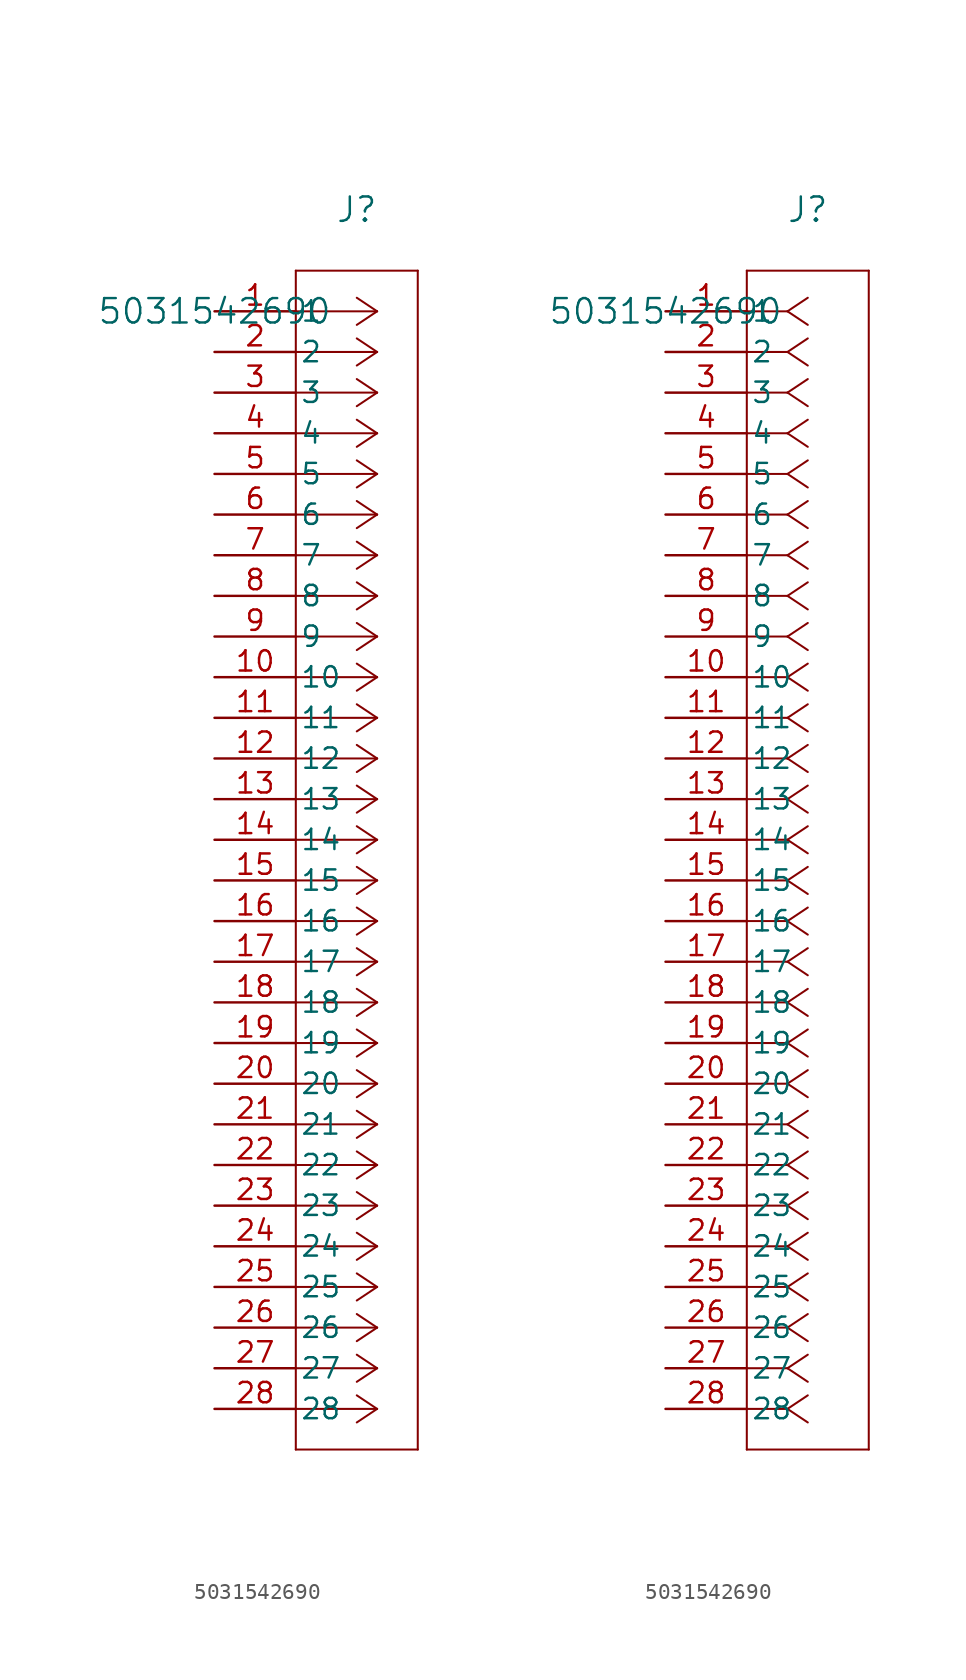
<source format=kicad_sym>
(kicad_symbol_lib
  (version 20211014)
  (generator kicad_symbol_editor)
  (symbol "5031542690"
    (pin_names
      (offset 0.254))
    (property "Reference" "J"
      (at 8.89 6.35 0)
      (effects (font (size 1.524 1.524))))
    (property "Value" "5031542690"
      (at 0 0 0)
      (effects (font (size 1.524 1.524))))
    (symbol "5031542690_1_1"
      (polyline (pts (xy 10.16 0) (xy 5.08 0)) (stroke (width 0.127) (type default) (color 0 0 0 0)) (fill (type none)))
      (polyline (pts (xy 10.16 -2.54) (xy 5.08 -2.54)) (stroke (width 0.127) (type default) (color 0 0 0 0)) (fill (type none)))
      (polyline (pts (xy 10.16 -5.08) (xy 5.08 -5.08)) (stroke (width 0.127) (type default) (color 0 0 0 0)) (fill (type none)))
      (polyline (pts (xy 10.16 -7.62) (xy 5.08 -7.62)) (stroke (width 0.127) (type default) (color 0 0 0 0)) (fill (type none)))
      (polyline (pts (xy 10.16 -10.16) (xy 5.08 -10.16)) (stroke (width 0.127) (type default) (color 0 0 0 0)) (fill (type none)))
      (polyline (pts (xy 10.16 -12.7) (xy 5.08 -12.7)) (stroke (width 0.127) (type default) (color 0 0 0 0)) (fill (type none)))
      (polyline (pts (xy 10.16 -15.24) (xy 5.08 -15.24)) (stroke (width 0.127) (type default) (color 0 0 0 0)) (fill (type none)))
      (polyline (pts (xy 10.16 -17.78) (xy 5.08 -17.78)) (stroke (width 0.127) (type default) (color 0 0 0 0)) (fill (type none)))
      (polyline (pts (xy 10.16 -20.32) (xy 5.08 -20.32)) (stroke (width 0.127) (type default) (color 0 0 0 0)) (fill (type none)))
      (polyline (pts (xy 10.16 -22.86) (xy 5.08 -22.86)) (stroke (width 0.127) (type default) (color 0 0 0 0)) (fill (type none)))
      (polyline (pts (xy 10.16 -25.4) (xy 5.08 -25.4)) (stroke (width 0.127) (type default) (color 0 0 0 0)) (fill (type none)))
      (polyline (pts (xy 10.16 -27.94) (xy 5.08 -27.94)) (stroke (width 0.127) (type default) (color 0 0 0 0)) (fill (type none)))
      (polyline (pts (xy 10.16 -30.48) (xy 5.08 -30.48)) (stroke (width 0.127) (type default) (color 0 0 0 0)) (fill (type none)))
      (polyline (pts (xy 10.16 -33.02) (xy 5.08 -33.02)) (stroke (width 0.127) (type default) (color 0 0 0 0)) (fill (type none)))
      (polyline (pts (xy 10.16 -35.56) (xy 5.08 -35.56)) (stroke (width 0.127) (type default) (color 0 0 0 0)) (fill (type none)))
      (polyline (pts (xy 10.16 -38.1) (xy 5.08 -38.1)) (stroke (width 0.127) (type default) (color 0 0 0 0)) (fill (type none)))
      (polyline (pts (xy 10.16 -40.64) (xy 5.08 -40.64)) (stroke (width 0.127) (type default) (color 0 0 0 0)) (fill (type none)))
      (polyline (pts (xy 10.16 -43.18) (xy 5.08 -43.18)) (stroke (width 0.127) (type default) (color 0 0 0 0)) (fill (type none)))
      (polyline (pts (xy 10.16 -45.72) (xy 5.08 -45.72)) (stroke (width 0.127) (type default) (color 0 0 0 0)) (fill (type none)))
      (polyline (pts (xy 10.16 -48.26) (xy 5.08 -48.26)) (stroke (width 0.127) (type default) (color 0 0 0 0)) (fill (type none)))
      (polyline (pts (xy 10.16 -50.8) (xy 5.08 -50.8)) (stroke (width 0.127) (type default) (color 0 0 0 0)) (fill (type none)))
      (polyline (pts (xy 10.16 -53.34) (xy 5.08 -53.34)) (stroke (width 0.127) (type default) (color 0 0 0 0)) (fill (type none)))
      (polyline (pts (xy 10.16 -55.88) (xy 5.08 -55.88)) (stroke (width 0.127) (type default) (color 0 0 0 0)) (fill (type none)))
      (polyline (pts (xy 10.16 -58.42) (xy 5.08 -58.42)) (stroke (width 0.127) (type default) (color 0 0 0 0)) (fill (type none)))
      (polyline (pts (xy 10.16 -60.96) (xy 5.08 -60.96)) (stroke (width 0.127) (type default) (color 0 0 0 0)) (fill (type none)))
      (polyline (pts (xy 10.16 -63.5) (xy 5.08 -63.5)) (stroke (width 0.127) (type default) (color 0 0 0 0)) (fill (type none)))
      (polyline (pts (xy 10.16 -66.04) (xy 5.08 -66.04)) (stroke (width 0.127) (type default) (color 0 0 0 0)) (fill (type none)))
      (polyline (pts (xy 10.16 -68.58) (xy 5.08 -68.58)) (stroke (width 0.127) (type default) (color 0 0 0 0)) (fill (type none)))
      (polyline (pts (xy 10.16 0) (xy 8.89 0.847)) (stroke (width 0.127) (type default) (color 0 0 0 0)) (fill (type none)))
      (polyline (pts (xy 10.16 -2.54) (xy 8.89 -1.693)) (stroke (width 0.127) (type default) (color 0 0 0 0)) (fill (type none)))
      (polyline (pts (xy 10.16 -5.08) (xy 8.89 -4.233)) (stroke (width 0.127) (type default) (color 0 0 0 0)) (fill (type none)))
      (polyline (pts (xy 10.16 -7.62) (xy 8.89 -6.773)) (stroke (width 0.127) (type default) (color 0 0 0 0)) (fill (type none)))
      (polyline (pts (xy 10.16 -10.16) (xy 8.89 -9.313)) (stroke (width 0.127) (type default) (color 0 0 0 0)) (fill (type none)))
      (polyline (pts (xy 10.16 -12.7) (xy 8.89 -11.853)) (stroke (width 0.127) (type default) (color 0 0 0 0)) (fill (type none)))
      (polyline (pts (xy 10.16 -15.24) (xy 8.89 -14.393)) (stroke (width 0.127) (type default) (color 0 0 0 0)) (fill (type none)))
      (polyline (pts (xy 10.16 -17.78) (xy 8.89 -16.933)) (stroke (width 0.127) (type default) (color 0 0 0 0)) (fill (type none)))
      (polyline (pts (xy 10.16 -20.32) (xy 8.89 -19.473)) (stroke (width 0.127) (type default) (color 0 0 0 0)) (fill (type none)))
      (polyline (pts (xy 10.16 -22.86) (xy 8.89 -22.013)) (stroke (width 0.127) (type default) (color 0 0 0 0)) (fill (type none)))
      (polyline (pts (xy 10.16 -25.4) (xy 8.89 -24.553)) (stroke (width 0.127) (type default) (color 0 0 0 0)) (fill (type none)))
      (polyline (pts (xy 10.16 -27.94) (xy 8.89 -27.093)) (stroke (width 0.127) (type default) (color 0 0 0 0)) (fill (type none)))
      (polyline (pts (xy 10.16 -30.48) (xy 8.89 -29.633)) (stroke (width 0.127) (type default) (color 0 0 0 0)) (fill (type none)))
      (polyline (pts (xy 10.16 -33.02) (xy 8.89 -32.173)) (stroke (width 0.127) (type default) (color 0 0 0 0)) (fill (type none)))
      (polyline (pts (xy 10.16 -35.56) (xy 8.89 -34.713)) (stroke (width 0.127) (type default) (color 0 0 0 0)) (fill (type none)))
      (polyline (pts (xy 10.16 -38.1) (xy 8.89 -37.253)) (stroke (width 0.127) (type default) (color 0 0 0 0)) (fill (type none)))
      (polyline (pts (xy 10.16 -40.64) (xy 8.89 -39.793)) (stroke (width 0.127) (type default) (color 0 0 0 0)) (fill (type none)))
      (polyline (pts (xy 10.16 -43.18) (xy 8.89 -42.333)) (stroke (width 0.127) (type default) (color 0 0 0 0)) (fill (type none)))
      (polyline (pts (xy 10.16 -45.72) (xy 8.89 -44.873)) (stroke (width 0.127) (type default) (color 0 0 0 0)) (fill (type none)))
      (polyline (pts (xy 10.16 -48.26) (xy 8.89 -47.413)) (stroke (width 0.127) (type default) (color 0 0 0 0)) (fill (type none)))
      (polyline (pts (xy 10.16 -50.8) (xy 8.89 -49.953)) (stroke (width 0.127) (type default) (color 0 0 0 0)) (fill (type none)))
      (polyline (pts (xy 10.16 -53.34) (xy 8.89 -52.493)) (stroke (width 0.127) (type default) (color 0 0 0 0)) (fill (type none)))
      (polyline (pts (xy 10.16 -55.88) (xy 8.89 -55.033)) (stroke (width 0.127) (type default) (color 0 0 0 0)) (fill (type none)))
      (polyline (pts (xy 10.16 -58.42) (xy 8.89 -57.573)) (stroke (width 0.127) (type default) (color 0 0 0 0)) (fill (type none)))
      (polyline (pts (xy 10.16 -60.96) (xy 8.89 -60.113)) (stroke (width 0.127) (type default) (color 0 0 0 0)) (fill (type none)))
      (polyline (pts (xy 10.16 -63.5) (xy 8.89 -62.653)) (stroke (width 0.127) (type default) (color 0 0 0 0)) (fill (type none)))
      (polyline (pts (xy 10.16 -66.04) (xy 8.89 -65.193)) (stroke (width 0.127) (type default) (color 0 0 0 0)) (fill (type none)))
      (polyline (pts (xy 10.16 -68.58) (xy 8.89 -67.733)) (stroke (width 0.127) (type default) (color 0 0 0 0)) (fill (type none)))
      (polyline (pts (xy 10.16 0) (xy 8.89 -0.847)) (stroke (width 0.127) (type default) (color 0 0 0 0)) (fill (type none)))
      (polyline (pts (xy 10.16 -2.54) (xy 8.89 -3.387)) (stroke (width 0.127) (type default) (color 0 0 0 0)) (fill (type none)))
      (polyline (pts (xy 10.16 -5.08) (xy 8.89 -5.927)) (stroke (width 0.127) (type default) (color 0 0 0 0)) (fill (type none)))
      (polyline (pts (xy 10.16 -7.62) (xy 8.89 -8.467)) (stroke (width 0.127) (type default) (color 0 0 0 0)) (fill (type none)))
      (polyline (pts (xy 10.16 -10.16) (xy 8.89 -11.007)) (stroke (width 0.127) (type default) (color 0 0 0 0)) (fill (type none)))
      (polyline (pts (xy 10.16 -12.7) (xy 8.89 -13.547)) (stroke (width 0.127) (type default) (color 0 0 0 0)) (fill (type none)))
      (polyline (pts (xy 10.16 -15.24) (xy 8.89 -16.087)) (stroke (width 0.127) (type default) (color 0 0 0 0)) (fill (type none)))
      (polyline (pts (xy 10.16 -17.78) (xy 8.89 -18.627)) (stroke (width 0.127) (type default) (color 0 0 0 0)) (fill (type none)))
      (polyline (pts (xy 10.16 -20.32) (xy 8.89 -21.167)) (stroke (width 0.127) (type default) (color 0 0 0 0)) (fill (type none)))
      (polyline (pts (xy 10.16 -22.86) (xy 8.89 -23.707)) (stroke (width 0.127) (type default) (color 0 0 0 0)) (fill (type none)))
      (polyline (pts (xy 10.16 -25.4) (xy 8.89 -26.247)) (stroke (width 0.127) (type default) (color 0 0 0 0)) (fill (type none)))
      (polyline (pts (xy 10.16 -27.94) (xy 8.89 -28.787)) (stroke (width 0.127) (type default) (color 0 0 0 0)) (fill (type none)))
      (polyline (pts (xy 10.16 -30.48) (xy 8.89 -31.327)) (stroke (width 0.127) (type default) (color 0 0 0 0)) (fill (type none)))
      (polyline (pts (xy 10.16 -33.02) (xy 8.89 -33.867)) (stroke (width 0.127) (type default) (color 0 0 0 0)) (fill (type none)))
      (polyline (pts (xy 10.16 -35.56) (xy 8.89 -36.407)) (stroke (width 0.127) (type default) (color 0 0 0 0)) (fill (type none)))
      (polyline (pts (xy 10.16 -38.1) (xy 8.89 -38.947)) (stroke (width 0.127) (type default) (color 0 0 0 0)) (fill (type none)))
      (polyline (pts (xy 10.16 -40.64) (xy 8.89 -41.487)) (stroke (width 0.127) (type default) (color 0 0 0 0)) (fill (type none)))
      (polyline (pts (xy 10.16 -43.18) (xy 8.89 -44.027)) (stroke (width 0.127) (type default) (color 0 0 0 0)) (fill (type none)))
      (polyline (pts (xy 10.16 -45.72) (xy 8.89 -46.567)) (stroke (width 0.127) (type default) (color 0 0 0 0)) (fill (type none)))
      (polyline (pts (xy 10.16 -48.26) (xy 8.89 -49.107)) (stroke (width 0.127) (type default) (color 0 0 0 0)) (fill (type none)))
      (polyline (pts (xy 10.16 -50.8) (xy 8.89 -51.647)) (stroke (width 0.127) (type default) (color 0 0 0 0)) (fill (type none)))
      (polyline (pts (xy 10.16 -53.34) (xy 8.89 -54.187)) (stroke (width 0.127) (type default) (color 0 0 0 0)) (fill (type none)))
      (polyline (pts (xy 10.16 -55.88) (xy 8.89 -56.727)) (stroke (width 0.127) (type default) (color 0 0 0 0)) (fill (type none)))
      (polyline (pts (xy 10.16 -58.42) (xy 8.89 -59.267)) (stroke (width 0.127) (type default) (color 0 0 0 0)) (fill (type none)))
      (polyline (pts (xy 10.16 -60.96) (xy 8.89 -61.807)) (stroke (width 0.127) (type default) (color 0 0 0 0)) (fill (type none)))
      (polyline (pts (xy 10.16 -63.5) (xy 8.89 -64.347)) (stroke (width 0.127) (type default) (color 0 0 0 0)) (fill (type none)))
      (polyline (pts (xy 10.16 -66.04) (xy 8.89 -66.887)) (stroke (width 0.127) (type default) (color 0 0 0 0)) (fill (type none)))
      (polyline (pts (xy 10.16 -68.58) (xy 8.89 -69.427)) (stroke (width 0.127) (type default) (color 0 0 0 0)) (fill (type none)))
      (polyline (pts (xy 5.08 2.54) (xy 5.08 -71.12)) (stroke (width 0.127) (type default) (color 0 0 0 0)) (fill (type none)))
      (polyline (pts (xy 5.08 -71.12) (xy 12.7 -71.12)) (stroke (width 0.127) (type default) (color 0 0 0 0)) (fill (type none)))
      (polyline (pts (xy 12.7 -71.12) (xy 12.7 2.54)) (stroke (width 0.127) (type default) (color 0 0 0 0)) (fill (type none)))
      (polyline (pts (xy 12.7 2.54) (xy 5.08 2.54)) (stroke (width 0.127) (type default) (color 0 0 0 0)) (fill (type none)))
      (pin unspecified line (at 0 0 0) (length 5.08) (name "1" (effects (font (size 1.27 1.27)))) (number "1" (effects (font (size 1.27 1.27)))))
      (pin unspecified line (at 0 -2.54 0) (length 5.08) (name "2" (effects (font (size 1.27 1.27)))) (number "2" (effects (font (size 1.27 1.27)))))
      (pin unspecified line (at 0 -5.08 0) (length 5.08) (name "3" (effects (font (size 1.27 1.27)))) (number "3" (effects (font (size 1.27 1.27)))))
      (pin unspecified line (at 0 -7.62 0) (length 5.08) (name "4" (effects (font (size 1.27 1.27)))) (number "4" (effects (font (size 1.27 1.27)))))
      (pin unspecified line (at 0 -10.16 0) (length 5.08) (name "5" (effects (font (size 1.27 1.27)))) (number "5" (effects (font (size 1.27 1.27)))))
      (pin unspecified line (at 0 -12.7 0) (length 5.08) (name "6" (effects (font (size 1.27 1.27)))) (number "6" (effects (font (size 1.27 1.27)))))
      (pin unspecified line (at 0 -15.24 0) (length 5.08) (name "7" (effects (font (size 1.27 1.27)))) (number "7" (effects (font (size 1.27 1.27)))))
      (pin unspecified line (at 0 -17.78 0) (length 5.08) (name "8" (effects (font (size 1.27 1.27)))) (number "8" (effects (font (size 1.27 1.27)))))
      (pin unspecified line (at 0 -20.32 0) (length 5.08) (name "9" (effects (font (size 1.27 1.27)))) (number "9" (effects (font (size 1.27 1.27)))))
      (pin unspecified line (at 0 -22.86 0) (length 5.08) (name "10" (effects (font (size 1.27 1.27)))) (number "10" (effects (font (size 1.27 1.27)))))
      (pin unspecified line (at 0 -25.4 0) (length 5.08) (name "11" (effects (font (size 1.27 1.27)))) (number "11" (effects (font (size 1.27 1.27)))))
      (pin unspecified line (at 0 -27.94 0) (length 5.08) (name "12" (effects (font (size 1.27 1.27)))) (number "12" (effects (font (size 1.27 1.27)))))
      (pin unspecified line (at 0 -30.48 0) (length 5.08) (name "13" (effects (font (size 1.27 1.27)))) (number "13" (effects (font (size 1.27 1.27)))))
      (pin unspecified line (at 0 -33.02 0) (length 5.08) (name "14" (effects (font (size 1.27 1.27)))) (number "14" (effects (font (size 1.27 1.27)))))
      (pin unspecified line (at 0 -35.56 0) (length 5.08) (name "15" (effects (font (size 1.27 1.27)))) (number "15" (effects (font (size 1.27 1.27)))))
      (pin unspecified line (at 0 -38.1 0) (length 5.08) (name "16" (effects (font (size 1.27 1.27)))) (number "16" (effects (font (size 1.27 1.27)))))
      (pin unspecified line (at 0 -40.64 0) (length 5.08) (name "17" (effects (font (size 1.27 1.27)))) (number "17" (effects (font (size 1.27 1.27)))))
      (pin unspecified line (at 0 -43.18 0) (length 5.08) (name "18" (effects (font (size 1.27 1.27)))) (number "18" (effects (font (size 1.27 1.27)))))
      (pin unspecified line (at 0 -45.72 0) (length 5.08) (name "19" (effects (font (size 1.27 1.27)))) (number "19" (effects (font (size 1.27 1.27)))))
      (pin unspecified line (at 0 -48.26 0) (length 5.08) (name "20" (effects (font (size 1.27 1.27)))) (number "20" (effects (font (size 1.27 1.27)))))
      (pin unspecified line (at 0 -50.8 0) (length 5.08) (name "21" (effects (font (size 1.27 1.27)))) (number "21" (effects (font (size 1.27 1.27)))))
      (pin unspecified line (at 0 -53.34 0) (length 5.08) (name "22" (effects (font (size 1.27 1.27)))) (number "22" (effects (font (size 1.27 1.27)))))
      (pin unspecified line (at 0 -55.88 0) (length 5.08) (name "23" (effects (font (size 1.27 1.27)))) (number "23" (effects (font (size 1.27 1.27)))))
      (pin unspecified line (at 0 -58.42 0) (length 5.08) (name "24" (effects (font (size 1.27 1.27)))) (number "24" (effects (font (size 1.27 1.27)))))
      (pin unspecified line (at 0 -60.96 0) (length 5.08) (name "25" (effects (font (size 1.27 1.27)))) (number "25" (effects (font (size 1.27 1.27)))))
      (pin unspecified line (at 0 -63.5 0) (length 5.08) (name "26" (effects (font (size 1.27 1.27)))) (number "26" (effects (font (size 1.27 1.27)))))
      (pin unspecified line (at 0 -66.04 0) (length 5.08) (name "27" (effects (font (size 1.27 1.27)))) (number "27" (effects (font (size 1.27 1.27)))))
      (pin unspecified line (at 0 -68.58 0) (length 5.08) (name "28" (effects (font (size 1.27 1.27)))) (number "28" (effects (font (size 1.27 1.27))))))
    (symbol "5031542690_1_2"
      (polyline (pts (xy 7.62 0) (xy 5.08 0)) (stroke (width 0.127) (type default) (color 0 0 0 0)) (fill (type none)))
      (polyline (pts (xy 7.62 -2.54) (xy 5.08 -2.54)) (stroke (width 0.127) (type default) (color 0 0 0 0)) (fill (type none)))
      (polyline (pts (xy 7.62 -5.08) (xy 5.08 -5.08)) (stroke (width 0.127) (type default) (color 0 0 0 0)) (fill (type none)))
      (polyline (pts (xy 7.62 -7.62) (xy 5.08 -7.62)) (stroke (width 0.127) (type default) (color 0 0 0 0)) (fill (type none)))
      (polyline (pts (xy 7.62 -10.16) (xy 5.08 -10.16)) (stroke (width 0.127) (type default) (color 0 0 0 0)) (fill (type none)))
      (polyline (pts (xy 7.62 -12.7) (xy 5.08 -12.7)) (stroke (width 0.127) (type default) (color 0 0 0 0)) (fill (type none)))
      (polyline (pts (xy 7.62 -15.24) (xy 5.08 -15.24)) (stroke (width 0.127) (type default) (color 0 0 0 0)) (fill (type none)))
      (polyline (pts (xy 7.62 -17.78) (xy 5.08 -17.78)) (stroke (width 0.127) (type default) (color 0 0 0 0)) (fill (type none)))
      (polyline (pts (xy 7.62 -20.32) (xy 5.08 -20.32)) (stroke (width 0.127) (type default) (color 0 0 0 0)) (fill (type none)))
      (polyline (pts (xy 7.62 -22.86) (xy 5.08 -22.86)) (stroke (width 0.127) (type default) (color 0 0 0 0)) (fill (type none)))
      (polyline (pts (xy 7.62 -25.4) (xy 5.08 -25.4)) (stroke (width 0.127) (type default) (color 0 0 0 0)) (fill (type none)))
      (polyline (pts (xy 7.62 -27.94) (xy 5.08 -27.94)) (stroke (width 0.127) (type default) (color 0 0 0 0)) (fill (type none)))
      (polyline (pts (xy 7.62 -30.48) (xy 5.08 -30.48)) (stroke (width 0.127) (type default) (color 0 0 0 0)) (fill (type none)))
      (polyline (pts (xy 7.62 -33.02) (xy 5.08 -33.02)) (stroke (width 0.127) (type default) (color 0 0 0 0)) (fill (type none)))
      (polyline (pts (xy 7.62 -35.56) (xy 5.08 -35.56)) (stroke (width 0.127) (type default) (color 0 0 0 0)) (fill (type none)))
      (polyline (pts (xy 7.62 -38.1) (xy 5.08 -38.1)) (stroke (width 0.127) (type default) (color 0 0 0 0)) (fill (type none)))
      (polyline (pts (xy 7.62 -40.64) (xy 5.08 -40.64)) (stroke (width 0.127) (type default) (color 0 0 0 0)) (fill (type none)))
      (polyline (pts (xy 7.62 -43.18) (xy 5.08 -43.18)) (stroke (width 0.127) (type default) (color 0 0 0 0)) (fill (type none)))
      (polyline (pts (xy 7.62 -45.72) (xy 5.08 -45.72)) (stroke (width 0.127) (type default) (color 0 0 0 0)) (fill (type none)))
      (polyline (pts (xy 7.62 -48.26) (xy 5.08 -48.26)) (stroke (width 0.127) (type default) (color 0 0 0 0)) (fill (type none)))
      (polyline (pts (xy 7.62 -50.8) (xy 5.08 -50.8)) (stroke (width 0.127) (type default) (color 0 0 0 0)) (fill (type none)))
      (polyline (pts (xy 7.62 -53.34) (xy 5.08 -53.34)) (stroke (width 0.127) (type default) (color 0 0 0 0)) (fill (type none)))
      (polyline (pts (xy 7.62 -55.88) (xy 5.08 -55.88)) (stroke (width 0.127) (type default) (color 0 0 0 0)) (fill (type none)))
      (polyline (pts (xy 7.62 -58.42) (xy 5.08 -58.42)) (stroke (width 0.127) (type default) (color 0 0 0 0)) (fill (type none)))
      (polyline (pts (xy 7.62 -60.96) (xy 5.08 -60.96)) (stroke (width 0.127) (type default) (color 0 0 0 0)) (fill (type none)))
      (polyline (pts (xy 7.62 -63.5) (xy 5.08 -63.5)) (stroke (width 0.127) (type default) (color 0 0 0 0)) (fill (type none)))
      (polyline (pts (xy 7.62 -66.04) (xy 5.08 -66.04)) (stroke (width 0.127) (type default) (color 0 0 0 0)) (fill (type none)))
      (polyline (pts (xy 7.62 -68.58) (xy 5.08 -68.58)) (stroke (width 0.127) (type default) (color 0 0 0 0)) (fill (type none)))
      (polyline (pts (xy 7.62 0) (xy 8.89 0.847)) (stroke (width 0.127) (type default) (color 0 0 0 0)) (fill (type none)))
      (polyline (pts (xy 7.62 -2.54) (xy 8.89 -1.693)) (stroke (width 0.127) (type default) (color 0 0 0 0)) (fill (type none)))
      (polyline (pts (xy 7.62 -5.08) (xy 8.89 -4.233)) (stroke (width 0.127) (type default) (color 0 0 0 0)) (fill (type none)))
      (polyline (pts (xy 7.62 -7.62) (xy 8.89 -6.773)) (stroke (width 0.127) (type default) (color 0 0 0 0)) (fill (type none)))
      (polyline (pts (xy 7.62 -10.16) (xy 8.89 -9.313)) (stroke (width 0.127) (type default) (color 0 0 0 0)) (fill (type none)))
      (polyline (pts (xy 7.62 -12.7) (xy 8.89 -11.853)) (stroke (width 0.127) (type default) (color 0 0 0 0)) (fill (type none)))
      (polyline (pts (xy 7.62 -15.24) (xy 8.89 -14.393)) (stroke (width 0.127) (type default) (color 0 0 0 0)) (fill (type none)))
      (polyline (pts (xy 7.62 -17.78) (xy 8.89 -16.933)) (stroke (width 0.127) (type default) (color 0 0 0 0)) (fill (type none)))
      (polyline (pts (xy 7.62 -20.32) (xy 8.89 -19.473)) (stroke (width 0.127) (type default) (color 0 0 0 0)) (fill (type none)))
      (polyline (pts (xy 7.62 -22.86) (xy 8.89 -22.013)) (stroke (width 0.127) (type default) (color 0 0 0 0)) (fill (type none)))
      (polyline (pts (xy 7.62 -25.4) (xy 8.89 -24.553)) (stroke (width 0.127) (type default) (color 0 0 0 0)) (fill (type none)))
      (polyline (pts (xy 7.62 -27.94) (xy 8.89 -27.093)) (stroke (width 0.127) (type default) (color 0 0 0 0)) (fill (type none)))
      (polyline (pts (xy 7.62 -30.48) (xy 8.89 -29.633)) (stroke (width 0.127) (type default) (color 0 0 0 0)) (fill (type none)))
      (polyline (pts (xy 7.62 -33.02) (xy 8.89 -32.173)) (stroke (width 0.127) (type default) (color 0 0 0 0)) (fill (type none)))
      (polyline (pts (xy 7.62 -35.56) (xy 8.89 -34.713)) (stroke (width 0.127) (type default) (color 0 0 0 0)) (fill (type none)))
      (polyline (pts (xy 7.62 -38.1) (xy 8.89 -37.253)) (stroke (width 0.127) (type default) (color 0 0 0 0)) (fill (type none)))
      (polyline (pts (xy 7.62 -40.64) (xy 8.89 -39.793)) (stroke (width 0.127) (type default) (color 0 0 0 0)) (fill (type none)))
      (polyline (pts (xy 7.62 -43.18) (xy 8.89 -42.333)) (stroke (width 0.127) (type default) (color 0 0 0 0)) (fill (type none)))
      (polyline (pts (xy 7.62 -45.72) (xy 8.89 -44.873)) (stroke (width 0.127) (type default) (color 0 0 0 0)) (fill (type none)))
      (polyline (pts (xy 7.62 -48.26) (xy 8.89 -47.413)) (stroke (width 0.127) (type default) (color 0 0 0 0)) (fill (type none)))
      (polyline (pts (xy 7.62 -50.8) (xy 8.89 -49.953)) (stroke (width 0.127) (type default) (color 0 0 0 0)) (fill (type none)))
      (polyline (pts (xy 7.62 -53.34) (xy 8.89 -52.493)) (stroke (width 0.127) (type default) (color 0 0 0 0)) (fill (type none)))
      (polyline (pts (xy 7.62 -55.88) (xy 8.89 -55.033)) (stroke (width 0.127) (type default) (color 0 0 0 0)) (fill (type none)))
      (polyline (pts (xy 7.62 -58.42) (xy 8.89 -57.573)) (stroke (width 0.127) (type default) (color 0 0 0 0)) (fill (type none)))
      (polyline (pts (xy 7.62 -60.96) (xy 8.89 -60.113)) (stroke (width 0.127) (type default) (color 0 0 0 0)) (fill (type none)))
      (polyline (pts (xy 7.62 -63.5) (xy 8.89 -62.653)) (stroke (width 0.127) (type default) (color 0 0 0 0)) (fill (type none)))
      (polyline (pts (xy 7.62 -66.04) (xy 8.89 -65.193)) (stroke (width 0.127) (type default) (color 0 0 0 0)) (fill (type none)))
      (polyline (pts (xy 7.62 -68.58) (xy 8.89 -67.733)) (stroke (width 0.127) (type default) (color 0 0 0 0)) (fill (type none)))
      (polyline (pts (xy 7.62 0) (xy 8.89 -0.847)) (stroke (width 0.127) (type default) (color 0 0 0 0)) (fill (type none)))
      (polyline (pts (xy 7.62 -2.54) (xy 8.89 -3.387)) (stroke (width 0.127) (type default) (color 0 0 0 0)) (fill (type none)))
      (polyline (pts (xy 7.62 -5.08) (xy 8.89 -5.927)) (stroke (width 0.127) (type default) (color 0 0 0 0)) (fill (type none)))
      (polyline (pts (xy 7.62 -7.62) (xy 8.89 -8.467)) (stroke (width 0.127) (type default) (color 0 0 0 0)) (fill (type none)))
      (polyline (pts (xy 7.62 -10.16) (xy 8.89 -11.007)) (stroke (width 0.127) (type default) (color 0 0 0 0)) (fill (type none)))
      (polyline (pts (xy 7.62 -12.7) (xy 8.89 -13.547)) (stroke (width 0.127) (type default) (color 0 0 0 0)) (fill (type none)))
      (polyline (pts (xy 7.62 -15.24) (xy 8.89 -16.087)) (stroke (width 0.127) (type default) (color 0 0 0 0)) (fill (type none)))
      (polyline (pts (xy 7.62 -17.78) (xy 8.89 -18.627)) (stroke (width 0.127) (type default) (color 0 0 0 0)) (fill (type none)))
      (polyline (pts (xy 7.62 -20.32) (xy 8.89 -21.167)) (stroke (width 0.127) (type default) (color 0 0 0 0)) (fill (type none)))
      (polyline (pts (xy 7.62 -22.86) (xy 8.89 -23.707)) (stroke (width 0.127) (type default) (color 0 0 0 0)) (fill (type none)))
      (polyline (pts (xy 7.62 -25.4) (xy 8.89 -26.247)) (stroke (width 0.127) (type default) (color 0 0 0 0)) (fill (type none)))
      (polyline (pts (xy 7.62 -27.94) (xy 8.89 -28.787)) (stroke (width 0.127) (type default) (color 0 0 0 0)) (fill (type none)))
      (polyline (pts (xy 7.62 -30.48) (xy 8.89 -31.327)) (stroke (width 0.127) (type default) (color 0 0 0 0)) (fill (type none)))
      (polyline (pts (xy 7.62 -33.02) (xy 8.89 -33.867)) (stroke (width 0.127) (type default) (color 0 0 0 0)) (fill (type none)))
      (polyline (pts (xy 7.62 -35.56) (xy 8.89 -36.407)) (stroke (width 0.127) (type default) (color 0 0 0 0)) (fill (type none)))
      (polyline (pts (xy 7.62 -38.1) (xy 8.89 -38.947)) (stroke (width 0.127) (type default) (color 0 0 0 0)) (fill (type none)))
      (polyline (pts (xy 7.62 -40.64) (xy 8.89 -41.487)) (stroke (width 0.127) (type default) (color 0 0 0 0)) (fill (type none)))
      (polyline (pts (xy 7.62 -43.18) (xy 8.89 -44.027)) (stroke (width 0.127) (type default) (color 0 0 0 0)) (fill (type none)))
      (polyline (pts (xy 7.62 -45.72) (xy 8.89 -46.567)) (stroke (width 0.127) (type default) (color 0 0 0 0)) (fill (type none)))
      (polyline (pts (xy 7.62 -48.26) (xy 8.89 -49.107)) (stroke (width 0.127) (type default) (color 0 0 0 0)) (fill (type none)))
      (polyline (pts (xy 7.62 -50.8) (xy 8.89 -51.647)) (stroke (width 0.127) (type default) (color 0 0 0 0)) (fill (type none)))
      (polyline (pts (xy 7.62 -53.34) (xy 8.89 -54.187)) (stroke (width 0.127) (type default) (color 0 0 0 0)) (fill (type none)))
      (polyline (pts (xy 7.62 -55.88) (xy 8.89 -56.727)) (stroke (width 0.127) (type default) (color 0 0 0 0)) (fill (type none)))
      (polyline (pts (xy 7.62 -58.42) (xy 8.89 -59.267)) (stroke (width 0.127) (type default) (color 0 0 0 0)) (fill (type none)))
      (polyline (pts (xy 7.62 -60.96) (xy 8.89 -61.807)) (stroke (width 0.127) (type default) (color 0 0 0 0)) (fill (type none)))
      (polyline (pts (xy 7.62 -63.5) (xy 8.89 -64.347)) (stroke (width 0.127) (type default) (color 0 0 0 0)) (fill (type none)))
      (polyline (pts (xy 7.62 -66.04) (xy 8.89 -66.887)) (stroke (width 0.127) (type default) (color 0 0 0 0)) (fill (type none)))
      (polyline (pts (xy 7.62 -68.58) (xy 8.89 -69.427)) (stroke (width 0.127) (type default) (color 0 0 0 0)) (fill (type none)))
      (polyline (pts (xy 5.08 2.54) (xy 5.08 -71.12)) (stroke (width 0.127) (type default) (color 0 0 0 0)) (fill (type none)))
      (polyline (pts (xy 5.08 -71.12) (xy 12.7 -71.12)) (stroke (width 0.127) (type default) (color 0 0 0 0)) (fill (type none)))
      (polyline (pts (xy 12.7 -71.12) (xy 12.7 2.54)) (stroke (width 0.127) (type default) (color 0 0 0 0)) (fill (type none)))
      (polyline (pts (xy 12.7 2.54) (xy 5.08 2.54)) (stroke (width 0.127) (type default) (color 0 0 0 0)) (fill (type none)))
      (pin unspecified line (at 0 0 0) (length 5.08) (name "1" (effects (font (size 1.27 1.27)))) (number "1" (effects (font (size 1.27 1.27)))))
      (pin unspecified line (at 0 -2.54 0) (length 5.08) (name "2" (effects (font (size 1.27 1.27)))) (number "2" (effects (font (size 1.27 1.27)))))
      (pin unspecified line (at 0 -5.08 0) (length 5.08) (name "3" (effects (font (size 1.27 1.27)))) (number "3" (effects (font (size 1.27 1.27)))))
      (pin unspecified line (at 0 -7.62 0) (length 5.08) (name "4" (effects (font (size 1.27 1.27)))) (number "4" (effects (font (size 1.27 1.27)))))
      (pin unspecified line (at 0 -10.16 0) (length 5.08) (name "5" (effects (font (size 1.27 1.27)))) (number "5" (effects (font (size 1.27 1.27)))))
      (pin unspecified line (at 0 -12.7 0) (length 5.08) (name "6" (effects (font (size 1.27 1.27)))) (number "6" (effects (font (size 1.27 1.27)))))
      (pin unspecified line (at 0 -15.24 0) (length 5.08) (name "7" (effects (font (size 1.27 1.27)))) (number "7" (effects (font (size 1.27 1.27)))))
      (pin unspecified line (at 0 -17.78 0) (length 5.08) (name "8" (effects (font (size 1.27 1.27)))) (number "8" (effects (font (size 1.27 1.27)))))
      (pin unspecified line (at 0 -20.32 0) (length 5.08) (name "9" (effects (font (size 1.27 1.27)))) (number "9" (effects (font (size 1.27 1.27)))))
      (pin unspecified line (at 0 -22.86 0) (length 5.08) (name "10" (effects (font (size 1.27 1.27)))) (number "10" (effects (font (size 1.27 1.27)))))
      (pin unspecified line (at 0 -25.4 0) (length 5.08) (name "11" (effects (font (size 1.27 1.27)))) (number "11" (effects (font (size 1.27 1.27)))))
      (pin unspecified line (at 0 -27.94 0) (length 5.08) (name "12" (effects (font (size 1.27 1.27)))) (number "12" (effects (font (size 1.27 1.27)))))
      (pin unspecified line (at 0 -30.48 0) (length 5.08) (name "13" (effects (font (size 1.27 1.27)))) (number "13" (effects (font (size 1.27 1.27)))))
      (pin unspecified line (at 0 -33.02 0) (length 5.08) (name "14" (effects (font (size 1.27 1.27)))) (number "14" (effects (font (size 1.27 1.27)))))
      (pin unspecified line (at 0 -35.56 0) (length 5.08) (name "15" (effects (font (size 1.27 1.27)))) (number "15" (effects (font (size 1.27 1.27)))))
      (pin unspecified line (at 0 -38.1 0) (length 5.08) (name "16" (effects (font (size 1.27 1.27)))) (number "16" (effects (font (size 1.27 1.27)))))
      (pin unspecified line (at 0 -40.64 0) (length 5.08) (name "17" (effects (font (size 1.27 1.27)))) (number "17" (effects (font (size 1.27 1.27)))))
      (pin unspecified line (at 0 -43.18 0) (length 5.08) (name "18" (effects (font (size 1.27 1.27)))) (number "18" (effects (font (size 1.27 1.27)))))
      (pin unspecified line (at 0 -45.72 0) (length 5.08) (name "19" (effects (font (size 1.27 1.27)))) (number "19" (effects (font (size 1.27 1.27)))))
      (pin unspecified line (at 0 -48.26 0) (length 5.08) (name "20" (effects (font (size 1.27 1.27)))) (number "20" (effects (font (size 1.27 1.27)))))
      (pin unspecified line (at 0 -50.8 0) (length 5.08) (name "21" (effects (font (size 1.27 1.27)))) (number "21" (effects (font (size 1.27 1.27)))))
      (pin unspecified line (at 0 -53.34 0) (length 5.08) (name "22" (effects (font (size 1.27 1.27)))) (number "22" (effects (font (size 1.27 1.27)))))
      (pin unspecified line (at 0 -55.88 0) (length 5.08) (name "23" (effects (font (size 1.27 1.27)))) (number "23" (effects (font (size 1.27 1.27)))))
      (pin unspecified line (at 0 -58.42 0) (length 5.08) (name "24" (effects (font (size 1.27 1.27)))) (number "24" (effects (font (size 1.27 1.27)))))
      (pin unspecified line (at 0 -60.96 0) (length 5.08) (name "25" (effects (font (size 1.27 1.27)))) (number "25" (effects (font (size 1.27 1.27)))))
      (pin unspecified line (at 0 -63.5 0) (length 5.08) (name "26" (effects (font (size 1.27 1.27)))) (number "26" (effects (font (size 1.27 1.27)))))
      (pin unspecified line (at 0 -66.04 0) (length 5.08) (name "27" (effects (font (size 1.27 1.27)))) (number "27" (effects (font (size 1.27 1.27)))))
      (pin unspecified line (at 0 -68.58 0) (length 5.08) (name "28" (effects (font (size 1.27 1.27)))) (number "28" (effects (font (size 1.27 1.27))))))))
</source>
